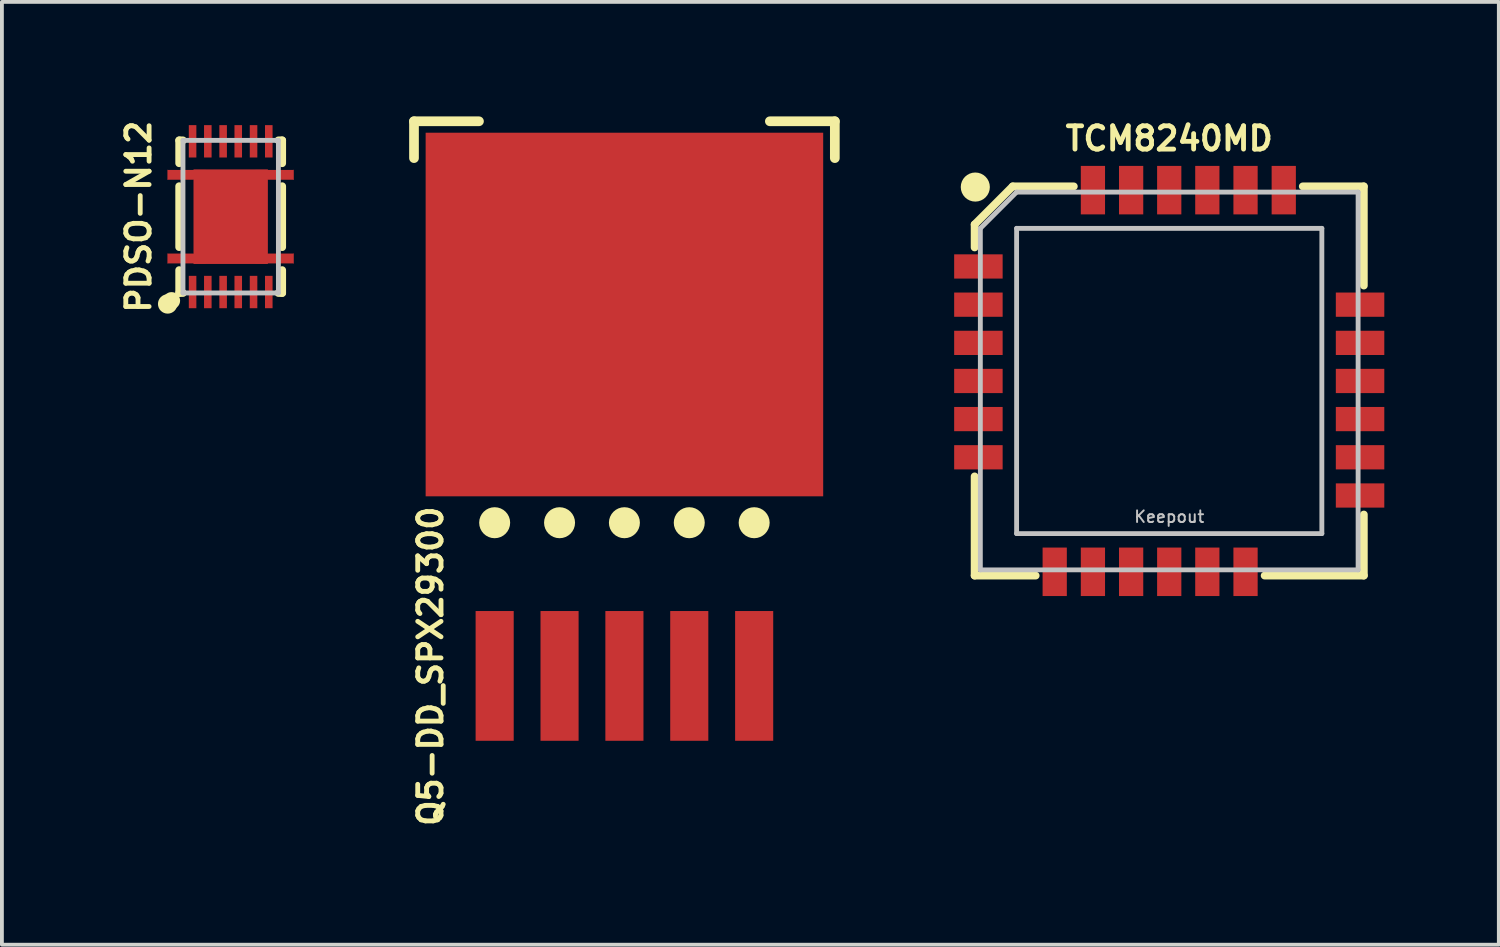
<source format=kicad_pcb>
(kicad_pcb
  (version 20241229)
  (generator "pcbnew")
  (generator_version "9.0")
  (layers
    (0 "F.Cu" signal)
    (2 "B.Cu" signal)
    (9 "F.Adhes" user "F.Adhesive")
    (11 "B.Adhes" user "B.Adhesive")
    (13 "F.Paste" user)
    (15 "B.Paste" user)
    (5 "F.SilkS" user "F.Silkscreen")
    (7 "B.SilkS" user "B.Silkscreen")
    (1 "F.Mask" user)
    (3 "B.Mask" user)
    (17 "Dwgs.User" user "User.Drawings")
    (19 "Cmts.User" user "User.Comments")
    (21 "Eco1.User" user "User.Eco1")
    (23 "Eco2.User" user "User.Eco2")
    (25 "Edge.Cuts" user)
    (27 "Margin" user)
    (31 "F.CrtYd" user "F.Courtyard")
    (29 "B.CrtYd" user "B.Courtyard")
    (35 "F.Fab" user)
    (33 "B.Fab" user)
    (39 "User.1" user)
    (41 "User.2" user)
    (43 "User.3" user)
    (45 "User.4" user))
  (footprint "Q5-DD_SPX29300"
    (layer "F.Cu")
    (at 13.307 6.782)
    (property "Reference" "Q5-DD_SPX29300" (at -5.08 7.62 90) (layer "F.SilkS") (effects (font (size 0.61 0.61) (thickness 0.127))))
    (attr smd)
    (fp_line (start -5.512 -6.655) (end -3.81 -6.655) (stroke (width 0.254) (type solid)) (layer "F.SilkS"))
    (fp_line (start -5.512 -5.69) (end -5.512 -6.655) (stroke (width 0.254) (type solid)) (layer "F.SilkS"))
    (fp_line (start 5.512 -6.655) (end 3.81 -6.655) (stroke (width 0.254) (type solid)) (layer "F.SilkS"))
    (fp_line (start 5.512 -5.69) (end 5.512 -6.655) (stroke (width 0.254) (type solid)) (layer "F.SilkS"))
    (fp_circle (center -3.399 3.861) (end -3.399 3.658) (stroke (width 0.406) (type solid)) (fill no) (layer "F.SilkS"))
    (fp_circle (center -1.699 3.861) (end -1.699 3.658) (stroke (width 0.406) (type solid)) (fill no) (layer "F.SilkS"))
    (fp_circle (center 0 3.861) (end 0 3.658) (stroke (width 0.406) (type solid)) (fill no) (layer "F.SilkS"))
    (fp_circle (center 1.699 3.861) (end 1.699 3.658) (stroke (width 0.406) (type solid)) (fill no) (layer "F.SilkS"))
    (fp_circle (center 3.399 3.861) (end 3.399 3.658) (stroke (width 0.406) (type solid)) (fill no) (layer "F.SilkS"))
    (fp_poly (pts (xy -3.81 -2.54) (xy -1.27 -2.54) (xy -1.27 -5.08) (xy -3.81 -5.08) (xy -3.81 -2.54)) (stroke (width 0.066) (type solid)) (fill yes) (layer "F.Paste"))
    (fp_poly (pts (xy -3.81 2.54) (xy -1.27 2.54) (xy -1.27 0) (xy -3.81 0) (xy -3.81 2.54)) (stroke (width 0.066) (type solid)) (fill yes) (layer "F.Paste"))
    (fp_poly (pts (xy 1.27 -2.54) (xy 3.81 -2.54) (xy 3.81 -5.08) (xy 1.27 -5.08) (xy 1.27 -2.54)) (stroke (width 0.066) (type solid)) (fill yes) (layer "F.Paste"))
    (fp_poly (pts (xy 1.27 2.54) (xy 3.81 2.54) (xy 3.81 0) (xy 1.27 0) (xy 1.27 2.54)) (stroke (width 0.066) (type solid)) (fill yes) (layer "F.Paste"))
    (pad "1" smd rect (at -3.399 7.874) (size 0.998 3.399) (layers "F.Cu" "F.Mask" "F.Paste"))
    (pad "2" smd rect (at -1.699 7.874) (size 0.998 3.399) (layers "F.Cu" "F.Mask" "F.Paste"))
    (pad "3" smd rect (at 0 7.874) (size 0.998 3.399) (layers "F.Cu" "F.Mask" "F.Paste"))
    (pad "4" smd rect (at 1.699 7.874) (size 0.998 3.399) (layers "F.Cu" "F.Mask" "F.Paste"))
    (pad "5" smd rect (at 3.399 7.874) (size 0.998 3.399) (layers "F.Cu" "F.Mask" "F.Paste"))
    (pad "6" smd rect (at 0 -1.593) (size 10.414 9.525) (layers "F.Cu" "F.Mask")))
  (footprint "TCM8240MD"
    (layer "F.Cu")
    (at 27.579 6.93)
    (property "Reference" "TCM8240MD" (at 0 -6.35 0) (layer "F.SilkS") (effects (font (size 0.61 0.61) (thickness 0.127))))
    (attr smd)
    (fp_poly (pts (xy -3.998 3.998) (xy -3.998 -3.998) (xy 3.998 -3.998) (xy 3.998 3.998) (xy -3.998 3.998)) (stroke (width 0.127) (type solid)) (fill yes) (layer "F.Mask"))
    (fp_line (start -5.098 -4.1) (end -5.098 -3.498) (stroke (width 0.203) (type solid)) (layer "F.SilkS"))
    (fp_line (start -5.098 2.499) (end -5.098 5.098) (stroke (width 0.203) (type solid)) (layer "F.SilkS"))
    (fp_line (start -5.098 5.098) (end -3.498 5.098) (stroke (width 0.203) (type solid)) (layer "F.SilkS"))
    (fp_line (start -4.1 -5.098) (end -5.098 -4.1) (stroke (width 0.203) (type solid)) (layer "F.SilkS"))
    (fp_line (start -2.499 -5.098) (end -4.1 -5.098) (stroke (width 0.203) (type solid)) (layer "F.SilkS"))
    (fp_line (start 2.499 5.098) (end 5.098 5.098) (stroke (width 0.203) (type solid)) (layer "F.SilkS"))
    (fp_line (start 5.098 -5.098) (end 3.498 -5.098) (stroke (width 0.203) (type solid)) (layer "F.SilkS"))
    (fp_line (start 5.098 -2.499) (end 5.098 -5.098) (stroke (width 0.203) (type solid)) (layer "F.SilkS"))
    (fp_line (start 5.098 5.098) (end 5.098 3.498) (stroke (width 0.203) (type solid)) (layer "F.SilkS"))
    (fp_circle (center -5.08 -5.08) (end -5.08 -5.334) (stroke (width 0) (type solid)) (fill yes) (layer "F.SilkS"))
    (fp_circle (center -5.08 -5.08) (end -4.953 -5.08) (stroke (width 0.254) (type solid)) (fill no) (layer "F.SilkS"))
    (fp_circle (center -5.08 -5.08) (end -4.826 -5.08) (stroke (width 0.254) (type solid)) (fill no) (layer "F.SilkS"))
    (fp_line (start -4.948 -3.998) (end -4.948 4.948) (stroke (width 0.127) (type solid)) (layer "Dwgs.User"))
    (fp_line (start -4.948 4.948) (end 4.948 4.948) (stroke (width 0.127) (type solid)) (layer "Dwgs.User"))
    (fp_line (start -3.998 -4.948) (end -4.948 -3.998) (stroke (width 0.127) (type solid)) (layer "Dwgs.User"))
    (fp_line (start -3.998 -3.998) (end -3.998 3.998) (stroke (width 0.127) (type solid)) (layer "Dwgs.User"))
    (fp_line (start -3.998 3.998) (end 3.998 3.998) (stroke (width 0.127) (type solid)) (layer "Dwgs.User"))
    (fp_line (start 3.998 -3.998) (end -3.998 -3.998) (stroke (width 0.127) (type solid)) (layer "Dwgs.User"))
    (fp_line (start 3.998 3.998) (end 3.998 -3.998) (stroke (width 0.127) (type solid)) (layer "Dwgs.User"))
    (fp_line (start 4.948 -4.948) (end -3.998 -4.948) (stroke (width 0.127) (type solid)) (layer "Dwgs.User"))
    (fp_line (start 4.948 4.948) (end 4.948 -4.948) (stroke (width 0.127) (type solid)) (layer "Dwgs.User"))
    (fp_text user "Keepout" (at 0 3.556 0) (layer "Dwgs.User") (effects (font (size 0.305 0.305) (thickness 0.051))))
    (pad "P$1" smd rect (at -4.999 -3 180) (size 1.27 0.635) (layers "F.Cu" "F.Mask" "F.Paste"))
    (pad "P$2" smd rect (at -4.999 -1.999 180) (size 1.27 0.635) (layers "F.Cu" "F.Mask" "F.Paste"))
    (pad "P$3" smd rect (at -4.999 -0.998 180) (size 1.27 0.635) (layers "F.Cu" "F.Mask" "F.Paste"))
    (pad "P$4" smd rect (at -4.999 0 180) (size 1.27 0.635) (layers "F.Cu" "F.Mask" "F.Paste"))
    (pad "P$5" smd rect (at -4.999 0.998 180) (size 1.27 0.635) (layers "F.Cu" "F.Mask" "F.Paste"))
    (pad "P$6" smd rect (at -4.999 1.999 180) (size 1.27 0.635) (layers "F.Cu" "F.Mask" "F.Paste"))
    (pad "P$7" smd rect (at -3 4.999 270) (size 1.27 0.635) (layers "F.Cu" "F.Mask" "F.Paste"))
    (pad "P$8" smd rect (at -1.999 4.999 270) (size 1.27 0.635) (layers "F.Cu" "F.Mask" "F.Paste"))
    (pad "P$9" smd rect (at -0.998 4.999 270) (size 1.27 0.635) (layers "F.Cu" "F.Mask" "F.Paste"))
    (pad "P$10" smd rect (at 0 4.999 270) (size 1.27 0.635) (layers "F.Cu" "F.Mask" "F.Paste"))
    (pad "P$11" smd rect (at 0.998 4.999 270) (size 1.27 0.635) (layers "F.Cu" "F.Mask" "F.Paste"))
    (pad "P$12" smd rect (at 1.999 4.999 270) (size 1.27 0.635) (layers "F.Cu" "F.Mask" "F.Paste"))
    (pad "P$13" smd rect (at 4.999 3) (size 1.27 0.635) (layers "F.Cu" "F.Mask" "F.Paste"))
    (pad "P$14" smd rect (at 4.999 1.999) (size 1.27 0.635) (layers "F.Cu" "F.Mask" "F.Paste"))
    (pad "P$15" smd rect (at 4.999 0.998) (size 1.27 0.635) (layers "F.Cu" "F.Mask" "F.Paste"))
    (pad "P$16" smd rect (at 4.999 0) (size 1.27 0.635) (layers "F.Cu" "F.Mask" "F.Paste"))
    (pad "P$17" smd rect (at 4.999 -0.998) (size 1.27 0.635) (layers "F.Cu" "F.Mask" "F.Paste"))
    (pad "P$18" smd rect (at 4.999 -1.999) (size 1.27 0.635) (layers "F.Cu" "F.Mask" "F.Paste"))
    (pad "P$19" smd rect (at 3 -4.999 90) (size 1.27 0.635) (layers "F.Cu" "F.Mask" "F.Paste"))
    (pad "P$20" smd rect (at 1.999 -4.999 90) (size 1.27 0.635) (layers "F.Cu" "F.Mask" "F.Paste"))
    (pad "P$21" smd rect (at 0.998 -4.999 90) (size 1.27 0.635) (layers "F.Cu" "F.Mask" "F.Paste"))
    (pad "P$22" smd rect (at 0 -4.999 90) (size 1.27 0.635) (layers "F.Cu" "F.Mask" "F.Paste"))
    (pad "P$23" smd rect (at -0.998 -4.999 90) (size 1.27 0.635) (layers "F.Cu" "F.Mask" "F.Paste"))
    (pad "P$24" smd rect (at -1.999 -4.999 90) (size 1.27 0.635) (layers "F.Cu" "F.Mask" "F.Paste")))
  (footprint "PDSO-N12"
    (layer "F.Cu")
    (at 2.993 2.626)
    (property "Reference" "PDSO-N12" (at -2.413 0 90) (layer "F.SilkS") (effects (font (size 0.61 0.61) (thickness 0.127))))
    (attr smd)
    (fp_line (start -1.648 -1.224) (end -1.648 -0.973) (stroke (width 0.013) (type solid)) (layer "F.Cu"))
    (fp_line (start -1.648 -0.973) (end -0.973 -0.973) (stroke (width 0.013) (type solid)) (layer "F.Cu"))
    (fp_line (start -1.648 0.973) (end -1.648 1.224) (stroke (width 0.013) (type solid)) (layer "F.Cu"))
    (fp_line (start -0.973 0.973) (end -1.648 0.973) (stroke (width 0.013) (type solid)) (layer "F.Cu"))
    (fp_line (start 0.973 -0.973) (end 1.648 -0.973) (stroke (width 0.013) (type solid)) (layer "F.Cu"))
    (fp_line (start 1.648 -0.973) (end 1.648 -1.224) (stroke (width 0.013) (type solid)) (layer "F.Cu"))
    (fp_line (start 1.648 0.973) (end 0.973 0.973) (stroke (width 0.013) (type solid)) (layer "F.Cu"))
    (fp_line (start 1.648 1.224) (end 1.648 0.973) (stroke (width 0.013) (type solid)) (layer "F.Cu"))
    (fp_line (start -1.349 -1.999) (end -1.349 -1.4) (stroke (width 0.203) (type solid)) (layer "F.SilkS"))
    (fp_line (start -1.349 -1.999) (end -1.25 -1.999) (stroke (width 0.203) (type solid)) (layer "F.SilkS"))
    (fp_line (start -1.349 -0.798) (end -1.349 0.798) (stroke (width 0.203) (type solid)) (layer "F.SilkS"))
    (fp_line (start -1.349 1.999) (end -1.349 1.4) (stroke (width 0.203) (type solid)) (layer "F.SilkS"))
    (fp_line (start -1.349 1.999) (end -1.25 1.999) (stroke (width 0.203) (type solid)) (layer "F.SilkS"))
    (fp_line (start 1.349 -1.999) (end 1.25 -1.999) (stroke (width 0.203) (type solid)) (layer "F.SilkS"))
    (fp_line (start 1.349 -1.999) (end 1.349 -1.4) (stroke (width 0.203) (type solid)) (layer "F.SilkS"))
    (fp_line (start 1.349 0.798) (end 1.349 -0.798) (stroke (width 0.203) (type solid)) (layer "F.SilkS"))
    (fp_line (start 1.349 1.999) (end 1.25 1.999) (stroke (width 0.203) (type solid)) (layer "F.SilkS"))
    (fp_line (start 1.349 1.999) (end 1.349 1.4) (stroke (width 0.203) (type solid)) (layer "F.SilkS"))
    (fp_circle (center -1.651 2.286) (end -1.524 2.286) (stroke (width 0.254) (type solid)) (fill no) (layer "F.SilkS"))
    (fp_circle (center -1.549 2.2) (end -1.549 1.976) (stroke (width 0) (type solid)) (fill yes) (layer "F.SilkS"))
    (fp_line (start -0.762 -1.016) (end -0.762 -0.254) (stroke (width 0.254) (type solid)) (layer "F.Paste"))
    (fp_line (start -0.762 -1.016) (end -0.254 -1.016) (stroke (width 0.254) (type solid)) (layer "F.Paste"))
    (fp_line (start -0.762 -0.508) (end -0.254 -0.508) (stroke (width 0.254) (type solid)) (layer "F.Paste"))
    (fp_line (start -0.762 0.254) (end -0.762 1.016) (stroke (width 0.254) (type solid)) (layer "F.Paste"))
    (fp_line (start -0.254 -1.016) (end -0.254 -0.254) (stroke (width 0.254) (type solid)) (layer "F.Paste"))
    (fp_line (start -0.254 -0.762) (end -0.762 -0.762) (stroke (width 0.254) (type solid)) (layer "F.Paste"))
    (fp_line (start -0.254 -0.254) (end -0.762 -0.254) (stroke (width 0.254) (type solid)) (layer "F.Paste"))
    (fp_line (start -0.254 0.254) (end -0.762 0.254) (stroke (width 0.254) (type solid)) (layer "F.Paste"))
    (fp_line (start -0.254 0.508) (end -0.762 0.508) (stroke (width 0.254) (type solid)) (layer "F.Paste"))
    (fp_line (start -0.254 0.762) (end -0.762 0.762) (stroke (width 0.254) (type solid)) (layer "F.Paste"))
    (fp_line (start -0.254 1.016) (end -0.762 1.016) (stroke (width 0.254) (type solid)) (layer "F.Paste"))
    (fp_line (start -0.254 1.016) (end -0.254 0.254) (stroke (width 0.254) (type solid)) (layer "F.Paste"))
    (fp_line (start 0.254 -1.016) (end 0.254 -0.254) (stroke (width 0.254) (type solid)) (layer "F.Paste"))
    (fp_line (start 0.254 -1.016) (end 0.762 -1.016) (stroke (width 0.254) (type solid)) (layer "F.Paste"))
    (fp_line (start 0.254 -0.762) (end 0.762 -0.762) (stroke (width 0.254) (type solid)) (layer "F.Paste"))
    (fp_line (start 0.254 -0.508) (end 0.762 -0.508) (stroke (width 0.254) (type solid)) (layer "F.Paste"))
    (fp_line (start 0.254 -0.254) (end 0.762 -0.254) (stroke (width 0.254) (type solid)) (layer "F.Paste"))
    (fp_line (start 0.254 0.254) (end 0.254 1.016) (stroke (width 0.254) (type solid)) (layer "F.Paste"))
    (fp_line (start 0.254 0.254) (end 0.762 0.254) (stroke (width 0.254) (type solid)) (layer "F.Paste"))
    (fp_line (start 0.254 0.508) (end 0.762 0.508) (stroke (width 0.254) (type solid)) (layer "F.Paste"))
    (fp_line (start 0.254 0.762) (end 0.762 0.762) (stroke (width 0.254) (type solid)) (layer "F.Paste"))
    (fp_line (start 0.254 1.016) (end 0.762 1.016) (stroke (width 0.254) (type solid)) (layer "F.Paste"))
    (fp_line (start 0.762 -0.254) (end 0.762 -1.016) (stroke (width 0.254) (type solid)) (layer "F.Paste"))
    (fp_line (start 0.762 1.016) (end 0.762 0.254) (stroke (width 0.254) (type solid)) (layer "F.Paste"))
    (fp_line (start -1.25 -1.999) (end -1.25 1.999) (stroke (width 0.127) (type solid)) (layer "Dwgs.User"))
    (fp_line (start -1.25 1.999) (end 1.25 1.999) (stroke (width 0.127) (type solid)) (layer "Dwgs.User"))
    (fp_line (start 1.25 -1.999) (end -1.25 -1.999) (stroke (width 0.127) (type solid)) (layer "Dwgs.User"))
    (fp_line (start 1.25 1.999) (end 1.25 -1.999) (stroke (width 0.127) (type solid)) (layer "Dwgs.User"))
    (pad "1" smd rect (at -0.998 1.974) (size 0.198 0.848) (layers "F.Cu" "F.Mask" "F.Paste"))
    (pad "2" smd rect (at -0.599 1.974) (size 0.198 0.848) (layers "F.Cu" "F.Mask" "F.Paste"))
    (pad "3" smd rect (at -0.198 1.974) (size 0.198 0.848) (layers "F.Cu" "F.Mask" "F.Paste"))
    (pad "4" smd rect (at 0.198 1.974) (size 0.198 0.848) (layers "F.Cu" "F.Mask" "F.Paste"))
    (pad "5" smd rect (at 0.599 1.974) (size 0.198 0.848) (layers "F.Cu" "F.Mask" "F.Paste"))
    (pad "6" smd rect (at 0.998 1.974) (size 0.198 0.848) (layers "F.Cu" "F.Mask" "F.Paste"))
    (pad "7" smd rect (at 0.998 -1.974 180) (size 0.198 0.848) (layers "F.Cu" "F.Mask" "F.Paste"))
    (pad "8" smd rect (at 0.599 -1.974 180) (size 0.198 0.848) (layers "F.Cu" "F.Mask" "F.Paste"))
    (pad "9" smd rect (at 0.198 -1.974 180) (size 0.198 0.848) (layers "F.Cu" "F.Mask" "F.Paste"))
    (pad "10" smd rect (at -0.198 -1.974 180) (size 0.198 0.848) (layers "F.Cu" "F.Mask" "F.Paste"))
    (pad "11" smd rect (at -0.599 -1.974 180) (size 0.198 0.848) (layers "F.Cu" "F.Mask" "F.Paste"))
    (pad "12" smd rect (at -0.998 -1.974 180) (size 0.198 0.848) (layers "F.Cu" "F.Mask" "F.Paste"))
    (pad "EP" smd rect (at 0 0) (size 1.948 2.477) (layers "F.Cu" "F.Mask"))
    (pad "EP1" smd rect (at -1.148 -1.1) (size 0.998 0.249) (layers "F.Cu" "F.Mask" "F.Paste"))
    (pad "EP2" smd rect (at -1.148 1.1) (size 0.998 0.249) (layers "F.Cu" "F.Mask" "F.Paste"))
    (pad "EP3" smd rect (at 1.148 1.1 180) (size 0.998 0.249) (layers "F.Cu" "F.Mask" "F.Paste"))
    (pad "EP4" smd rect (at 1.148 -1.1 180) (size 0.998 0.249) (layers "F.Cu" "F.Mask" "F.Paste")))
  (gr_rect
    (start -3 -3)
    (end 36.213 21.697)
    (stroke (width 0.1) (type default))
    (fill no)
    (layer "Edge.Cuts")))
</source>
